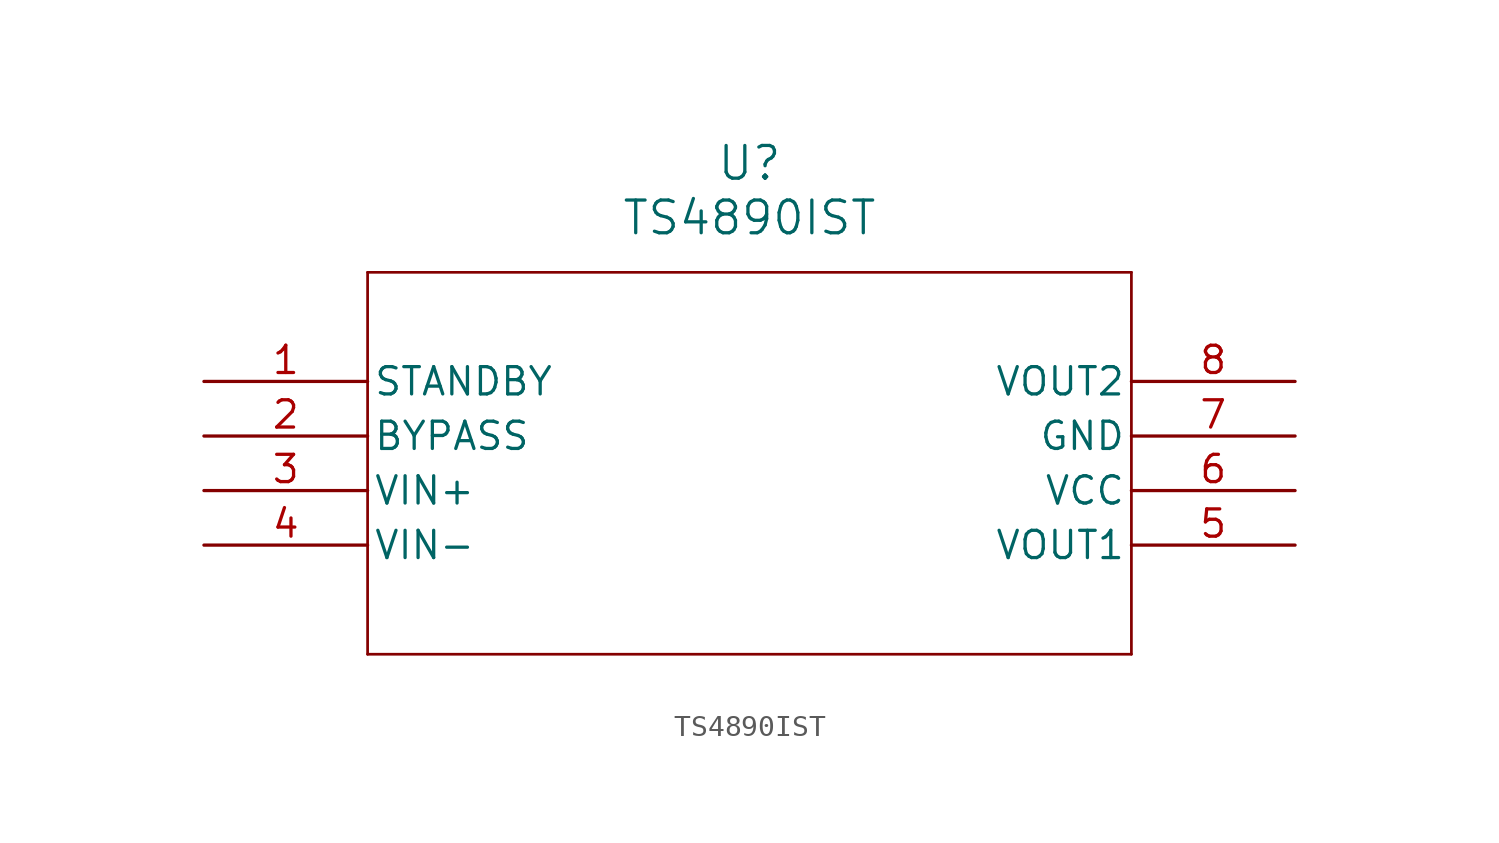
<source format=kicad_sym>
(kicad_symbol_lib
  (version 20220914)
  (generator kicad_symbol_editor)
  (symbol "TS4890IST"
    (pin_names
      (offset 0.254))
    (property "Reference" "U"
      (at 25.4 10.16 0)
      (effects (font (size 1.524 1.524))))
    (property "Value" "TS4890IST"
      (at 25.4 7.62 0)
      (effects (font (size 1.524 1.524))))
    (property "ki_locked" ""
      (at 0 0 0)
      (effects (font (size 1.27 1.27))))
    (symbol "TS4890IST_0_1"
      (polyline (pts (xy 7.62 -12.7) (xy 43.18 -12.7)) (stroke (width 0.127) (type default)) (fill (type none)))
      (polyline (pts (xy 7.62 5.08) (xy 7.62 -12.7)) (stroke (width 0.127) (type default)) (fill (type none)))
      (polyline (pts (xy 43.18 -12.7) (xy 43.18 5.08)) (stroke (width 0.127) (type default)) (fill (type none)))
      (polyline (pts (xy 43.18 5.08) (xy 7.62 5.08)) (stroke (width 0.127) (type default)) (fill (type none)))
      (pin output line (at 50.8 -7.62 180) (length 7.62) (name "VOUT1" (effects (font (size 1.27 1.27)))) (number "5" (effects (font (size 1.27 1.27)))))
      (pin power_in line (at 50.8 -5.08 180) (length 7.62) (name "VCC" (effects (font (size 1.27 1.27)))) (number "6" (effects (font (size 1.27 1.27)))))
      (pin output line (at 50.8 0 180) (length 7.62) (name "VOUT2" (effects (font (size 1.27 1.27)))) (number "8" (effects (font (size 1.27 1.27))))))
    (symbol "TS4890IST_1_1"
      (pin input line (at 0 0 0) (length 7.62) (name "STANDBY" (effects (font (size 1.27 1.27)))) (number "1" (effects (font (size 1.27 1.27)))))
      (pin passive line (at 0 -2.54 0) (length 7.62) (name "BYPASS" (effects (font (size 1.27 1.27)))) (number "2" (effects (font (size 1.27 1.27)))))
      (pin input line (at 0 -5.08 0) (length 7.62) (name "VIN+" (effects (font (size 1.27 1.27)))) (number "3" (effects (font (size 1.27 1.27)))))
      (pin input line (at 0 -7.62 0) (length 7.62) (name "VIN-" (effects (font (size 1.27 1.27)))) (number "4" (effects (font (size 1.27 1.27)))))
      (pin power_in line (at 50.8 -2.54 180) (length 7.62) (name "GND" (effects (font (size 1.27 1.27)))) (number "7" (effects (font (size 1.27 1.27))))))))
</source>
